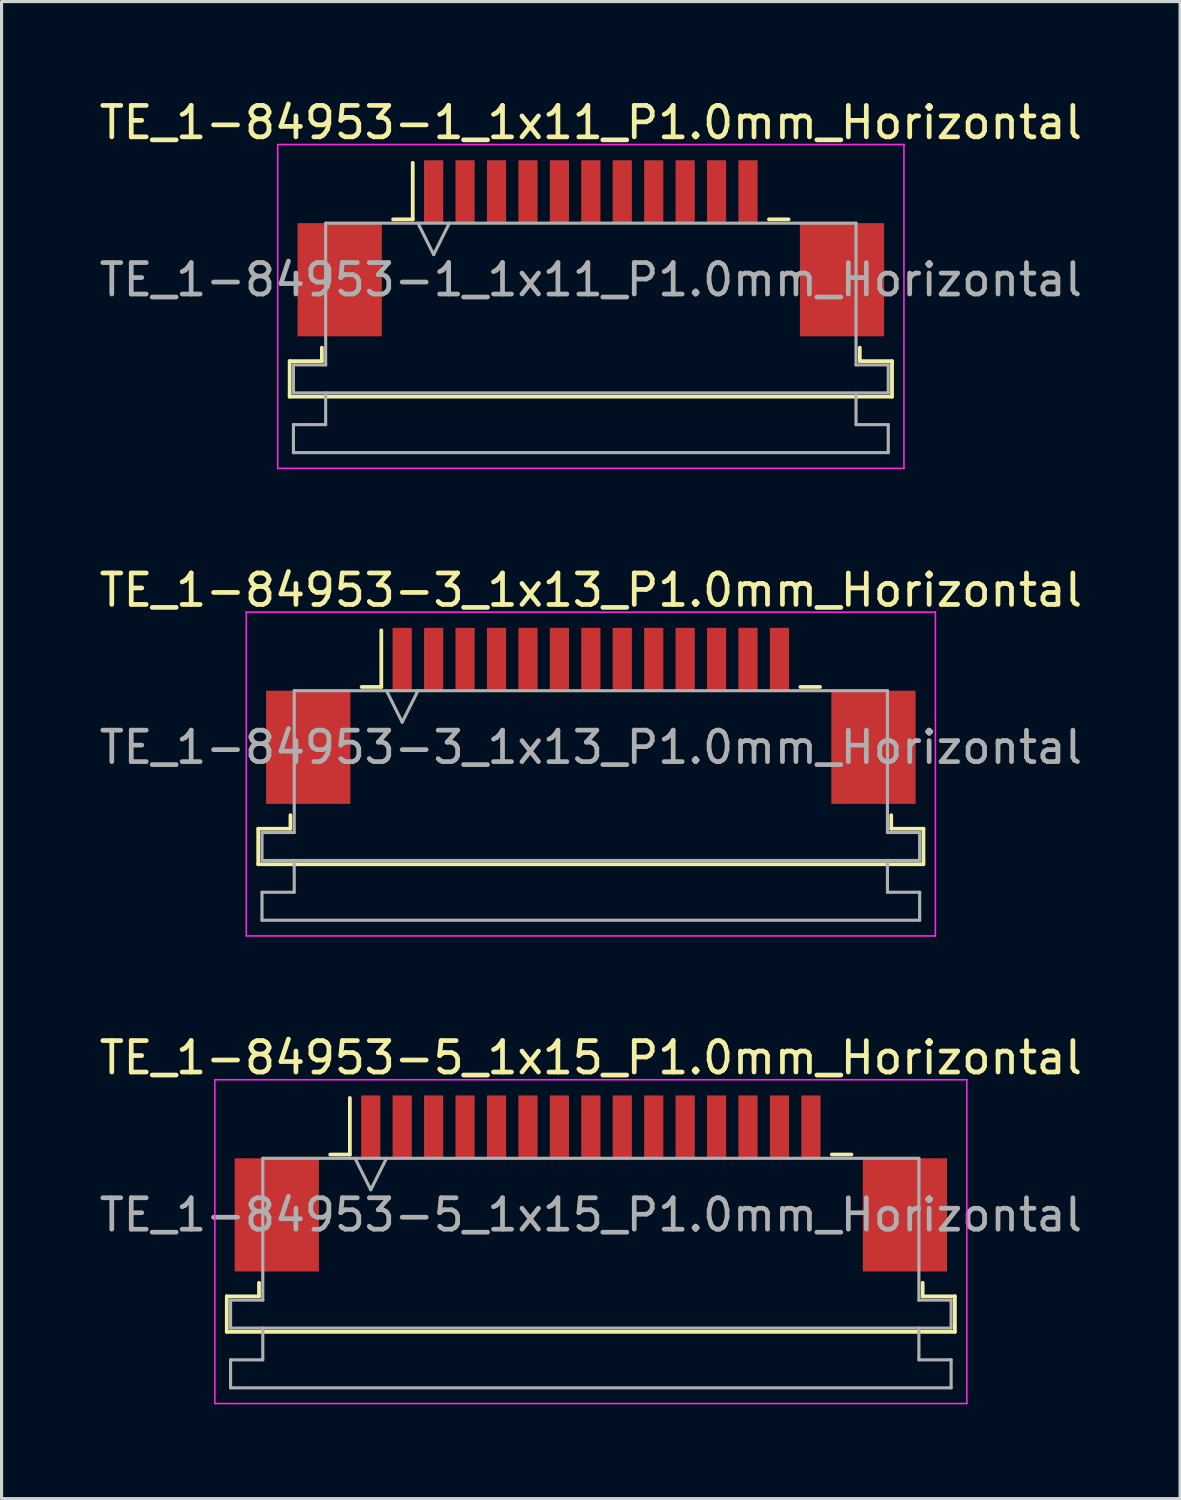
<source format=kicad_pcb>
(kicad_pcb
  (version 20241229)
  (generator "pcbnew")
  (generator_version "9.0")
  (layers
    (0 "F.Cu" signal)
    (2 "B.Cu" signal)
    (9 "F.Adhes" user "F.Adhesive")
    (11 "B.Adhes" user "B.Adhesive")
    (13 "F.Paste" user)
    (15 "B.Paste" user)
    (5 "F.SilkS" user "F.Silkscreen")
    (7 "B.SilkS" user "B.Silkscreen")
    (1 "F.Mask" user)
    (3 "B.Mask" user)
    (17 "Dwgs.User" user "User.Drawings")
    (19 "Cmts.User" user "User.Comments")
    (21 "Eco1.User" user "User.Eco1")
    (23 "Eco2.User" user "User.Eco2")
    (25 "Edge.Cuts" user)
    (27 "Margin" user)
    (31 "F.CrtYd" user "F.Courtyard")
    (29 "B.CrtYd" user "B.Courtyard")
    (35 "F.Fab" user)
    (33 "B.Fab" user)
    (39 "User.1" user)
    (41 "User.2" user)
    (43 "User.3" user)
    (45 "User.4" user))
  (footprint "TE_1-84953-5_1x15_P1.0mm_Horizontal"
    (layer "F.Cu")
    (at 15.744 34.595)
    (property "Reference" "TE_1-84953-5_1x15_P1.0mm_Horizontal" (at 0 -4 0) (layer "F.SilkS") (effects (font (size 1 1) (thickness 0.15))))
    (attr smd)
    (fp_line (start -11.58 3.59) (end -10.555 3.59) (stroke (width 0.12) (type solid)) (layer "F.SilkS"))
    (fp_line (start -11.58 4.72) (end -11.58 3.59) (stroke (width 0.12) (type solid)) (layer "F.SilkS"))
    (fp_line (start -10.555 3.59) (end -10.555 3.16) (stroke (width 0.12) (type solid)) (layer "F.SilkS"))
    (fp_line (start -8.29 -0.92) (end -7.665 -0.92) (stroke (width 0.12) (type solid)) (layer "F.SilkS"))
    (fp_line (start -7.665 -0.92) (end -7.665 -2.72) (stroke (width 0.12) (type solid)) (layer "F.SilkS"))
    (fp_line (start 7.665 -0.92) (end 8.29 -0.92) (stroke (width 0.12) (type solid)) (layer "F.SilkS"))
    (fp_line (start 10.555 3.16) (end 10.555 3.59) (stroke (width 0.12) (type solid)) (layer "F.SilkS"))
    (fp_line (start 10.555 3.59) (end 11.58 3.59) (stroke (width 0.12) (type solid)) (layer "F.SilkS"))
    (fp_line (start 11.58 3.59) (end 11.58 4.72) (stroke (width 0.12) (type solid)) (layer "F.SilkS"))
    (fp_line (start 11.58 4.72) (end -11.58 4.72) (stroke (width 0.12) (type solid)) (layer "F.SilkS"))
    (fp_line (start -11.96 -3.3) (end -11.96 7) (stroke (width 0.05) (type solid)) (layer "F.CrtYd"))
    (fp_line (start -11.96 7) (end 11.96 7) (stroke (width 0.05) (type solid)) (layer "F.CrtYd"))
    (fp_line (start 11.96 -3.3) (end -11.96 -3.3) (stroke (width 0.05) (type solid)) (layer "F.CrtYd"))
    (fp_line (start 11.96 7) (end 11.96 -3.3) (stroke (width 0.05) (type solid)) (layer "F.CrtYd"))
    (fp_line (start -11.46 3.71) (end -10.435 3.71) (stroke (width 0.1) (type solid)) (layer "F.Fab"))
    (fp_line (start -11.46 4.6) (end -11.46 3.71) (stroke (width 0.1) (type solid)) (layer "F.Fab"))
    (fp_line (start -11.46 5.61) (end -10.435 5.61) (stroke (width 0.1) (type solid)) (layer "F.Fab"))
    (fp_line (start -11.46 6.5) (end -11.46 5.61) (stroke (width 0.1) (type solid)) (layer "F.Fab"))
    (fp_line (start -10.435 -0.8) (end 10.435 -0.8) (stroke (width 0.1) (type solid)) (layer "F.Fab"))
    (fp_line (start -10.435 3.71) (end -10.435 -0.8) (stroke (width 0.1) (type solid)) (layer "F.Fab"))
    (fp_line (start -10.435 5.61) (end -10.435 4.6) (stroke (width 0.1) (type solid)) (layer "F.Fab"))
    (fp_line (start -7.5 -0.8) (end -7 0.2) (stroke (width 0.1) (type solid)) (layer "F.Fab"))
    (fp_line (start -7 0.2) (end -6.5 -0.8) (stroke (width 0.1) (type solid)) (layer "F.Fab"))
    (fp_line (start 10.435 -0.8) (end 10.435 3.71) (stroke (width 0.1) (type solid)) (layer "F.Fab"))
    (fp_line (start 10.435 3.71) (end 11.46 3.71) (stroke (width 0.1) (type solid)) (layer "F.Fab"))
    (fp_line (start 10.435 4.6) (end 10.435 5.61) (stroke (width 0.1) (type solid)) (layer "F.Fab"))
    (fp_line (start 10.435 5.61) (end 11.46 5.61) (stroke (width 0.1) (type solid)) (layer "F.Fab"))
    (fp_line (start 11.46 3.71) (end 11.46 4.6) (stroke (width 0.1) (type solid)) (layer "F.Fab"))
    (fp_line (start 11.46 4.6) (end -11.46 4.6) (stroke (width 0.1) (type solid)) (layer "F.Fab"))
    (fp_line (start 11.46 5.61) (end 11.46 6.5) (stroke (width 0.1) (type solid)) (layer "F.Fab"))
    (fp_line (start 11.46 6.5) (end -11.46 6.5) (stroke (width 0.1) (type solid)) (layer "F.Fab"))
    (fp_text user "${REFERENCE}" (at 0 1 0) (layer "F.Fab") (effects (font (size 1 1) (thickness 0.15))))
    (pad "" smd rect (at -9.99 1) (size 2.68 3.6) (layers "F.Cu" "F.Mask" "F.Paste"))
    (pad "" smd rect (at 9.99 1) (size 2.68 3.6) (layers "F.Cu" "F.Mask" "F.Paste"))
    (pad "1" smd rect (at -7 -1.8) (size 0.61 2) (layers "F.Cu" "F.Mask" "F.Paste"))
    (pad "2" smd rect (at -6 -1.8) (size 0.61 2) (layers "F.Cu" "F.Mask" "F.Paste"))
    (pad "3" smd rect (at -5 -1.8) (size 0.61 2) (layers "F.Cu" "F.Mask" "F.Paste"))
    (pad "4" smd rect (at -4 -1.8) (size 0.61 2) (layers "F.Cu" "F.Mask" "F.Paste"))
    (pad "5" smd rect (at -3 -1.8) (size 0.61 2) (layers "F.Cu" "F.Mask" "F.Paste"))
    (pad "6" smd rect (at -2 -1.8) (size 0.61 2) (layers "F.Cu" "F.Mask" "F.Paste"))
    (pad "7" smd rect (at -1 -1.8) (size 0.61 2) (layers "F.Cu" "F.Mask" "F.Paste"))
    (pad "8" smd rect (at 0 -1.8) (size 0.61 2) (layers "F.Cu" "F.Mask" "F.Paste"))
    (pad "9" smd rect (at 1 -1.8) (size 0.61 2) (layers "F.Cu" "F.Mask" "F.Paste"))
    (pad "10" smd rect (at 2 -1.8) (size 0.61 2) (layers "F.Cu" "F.Mask" "F.Paste"))
    (pad "11" smd rect (at 3 -1.8) (size 0.61 2) (layers "F.Cu" "F.Mask" "F.Paste"))
    (pad "12" smd rect (at 4 -1.8) (size 0.61 2) (layers "F.Cu" "F.Mask" "F.Paste"))
    (pad "13" smd rect (at 5 -1.8) (size 0.61 2) (layers "F.Cu" "F.Mask" "F.Paste"))
    (pad "14" smd rect (at 6 -1.8) (size 0.61 2) (layers "F.Cu" "F.Mask" "F.Paste"))
    (pad "15" smd rect (at 7 -1.8) (size 0.61 2) (layers "F.Cu" "F.Mask" "F.Paste")))
  (footprint "TE_1-84953-1_1x11_P1.0mm_Horizontal"
    (layer "F.Cu")
    (at 15.744 4.848)
    (property "Reference" "TE_1-84953-1_1x11_P1.0mm_Horizontal" (at 0 -4 0) (layer "F.SilkS") (effects (font (size 1 1) (thickness 0.15))))
    (attr smd)
    (fp_line (start -9.58 3.59) (end -8.555 3.59) (stroke (width 0.12) (type solid)) (layer "F.SilkS"))
    (fp_line (start -9.58 4.72) (end -9.58 3.59) (stroke (width 0.12) (type solid)) (layer "F.SilkS"))
    (fp_line (start -8.555 3.59) (end -8.555 3.16) (stroke (width 0.12) (type solid)) (layer "F.SilkS"))
    (fp_line (start -6.29 -0.92) (end -5.665 -0.92) (stroke (width 0.12) (type solid)) (layer "F.SilkS"))
    (fp_line (start -5.665 -0.92) (end -5.665 -2.72) (stroke (width 0.12) (type solid)) (layer "F.SilkS"))
    (fp_line (start 5.665 -0.92) (end 6.29 -0.92) (stroke (width 0.12) (type solid)) (layer "F.SilkS"))
    (fp_line (start 8.555 3.16) (end 8.555 3.59) (stroke (width 0.12) (type solid)) (layer "F.SilkS"))
    (fp_line (start 8.555 3.59) (end 9.58 3.59) (stroke (width 0.12) (type solid)) (layer "F.SilkS"))
    (fp_line (start 9.58 3.59) (end 9.58 4.72) (stroke (width 0.12) (type solid)) (layer "F.SilkS"))
    (fp_line (start 9.58 4.72) (end -9.58 4.72) (stroke (width 0.12) (type solid)) (layer "F.SilkS"))
    (fp_line (start -9.96 -3.3) (end -9.96 7) (stroke (width 0.05) (type solid)) (layer "F.CrtYd"))
    (fp_line (start -9.96 7) (end 9.96 7) (stroke (width 0.05) (type solid)) (layer "F.CrtYd"))
    (fp_line (start 9.96 -3.3) (end -9.96 -3.3) (stroke (width 0.05) (type solid)) (layer "F.CrtYd"))
    (fp_line (start 9.96 7) (end 9.96 -3.3) (stroke (width 0.05) (type solid)) (layer "F.CrtYd"))
    (fp_line (start -9.46 3.71) (end -8.435 3.71) (stroke (width 0.1) (type solid)) (layer "F.Fab"))
    (fp_line (start -9.46 4.6) (end -9.46 3.71) (stroke (width 0.1) (type solid)) (layer "F.Fab"))
    (fp_line (start -9.46 5.61) (end -8.435 5.61) (stroke (width 0.1) (type solid)) (layer "F.Fab"))
    (fp_line (start -9.46 6.5) (end -9.46 5.61) (stroke (width 0.1) (type solid)) (layer "F.Fab"))
    (fp_line (start -8.435 -0.8) (end 8.435 -0.8) (stroke (width 0.1) (type solid)) (layer "F.Fab"))
    (fp_line (start -8.435 3.71) (end -8.435 -0.8) (stroke (width 0.1) (type solid)) (layer "F.Fab"))
    (fp_line (start -8.435 5.61) (end -8.435 4.6) (stroke (width 0.1) (type solid)) (layer "F.Fab"))
    (fp_line (start -5.5 -0.8) (end -5 0.2) (stroke (width 0.1) (type solid)) (layer "F.Fab"))
    (fp_line (start -5 0.2) (end -4.5 -0.8) (stroke (width 0.1) (type solid)) (layer "F.Fab"))
    (fp_line (start 8.435 -0.8) (end 8.435 3.71) (stroke (width 0.1) (type solid)) (layer "F.Fab"))
    (fp_line (start 8.435 3.71) (end 9.46 3.71) (stroke (width 0.1) (type solid)) (layer "F.Fab"))
    (fp_line (start 8.435 4.6) (end 8.435 5.61) (stroke (width 0.1) (type solid)) (layer "F.Fab"))
    (fp_line (start 8.435 5.61) (end 9.46 5.61) (stroke (width 0.1) (type solid)) (layer "F.Fab"))
    (fp_line (start 9.46 3.71) (end 9.46 4.6) (stroke (width 0.1) (type solid)) (layer "F.Fab"))
    (fp_line (start 9.46 4.6) (end -9.46 4.6) (stroke (width 0.1) (type solid)) (layer "F.Fab"))
    (fp_line (start 9.46 5.61) (end 9.46 6.5) (stroke (width 0.1) (type solid)) (layer "F.Fab"))
    (fp_line (start 9.46 6.5) (end -9.46 6.5) (stroke (width 0.1) (type solid)) (layer "F.Fab"))
    (fp_text user "${REFERENCE}" (at 0 1 0) (layer "F.Fab") (effects (font (size 1 1) (thickness 0.15))))
    (pad "" smd rect (at -7.99 1) (size 2.68 3.6) (layers "F.Cu" "F.Mask" "F.Paste"))
    (pad "" smd rect (at 7.99 1) (size 2.68 3.6) (layers "F.Cu" "F.Mask" "F.Paste"))
    (pad "1" smd rect (at -5 -1.8) (size 0.61 2) (layers "F.Cu" "F.Mask" "F.Paste"))
    (pad "2" smd rect (at -4 -1.8) (size 0.61 2) (layers "F.Cu" "F.Mask" "F.Paste"))
    (pad "3" smd rect (at -3 -1.8) (size 0.61 2) (layers "F.Cu" "F.Mask" "F.Paste"))
    (pad "4" smd rect (at -2 -1.8) (size 0.61 2) (layers "F.Cu" "F.Mask" "F.Paste"))
    (pad "5" smd rect (at -1 -1.8) (size 0.61 2) (layers "F.Cu" "F.Mask" "F.Paste"))
    (pad "6" smd rect (at 0 -1.8) (size 0.61 2) (layers "F.Cu" "F.Mask" "F.Paste"))
    (pad "7" smd rect (at 1 -1.8) (size 0.61 2) (layers "F.Cu" "F.Mask" "F.Paste"))
    (pad "8" smd rect (at 2 -1.8) (size 0.61 2) (layers "F.Cu" "F.Mask" "F.Paste"))
    (pad "9" smd rect (at 3 -1.8) (size 0.61 2) (layers "F.Cu" "F.Mask" "F.Paste"))
    (pad "10" smd rect (at 4 -1.8) (size 0.61 2) (layers "F.Cu" "F.Mask" "F.Paste"))
    (pad "11" smd rect (at 5 -1.8) (size 0.61 2) (layers "F.Cu" "F.Mask" "F.Paste")))
  (footprint "TE_1-84953-3_1x13_P1.0mm_Horizontal"
    (layer "F.Cu")
    (at 15.744 19.721)
    (property "Reference" "TE_1-84953-3_1x13_P1.0mm_Horizontal" (at 0 -4 0) (layer "F.SilkS") (effects (font (size 1 1) (thickness 0.15))))
    (attr smd)
    (fp_line (start -10.58 3.59) (end -9.555 3.59) (stroke (width 0.12) (type solid)) (layer "F.SilkS"))
    (fp_line (start -10.58 4.72) (end -10.58 3.59) (stroke (width 0.12) (type solid)) (layer "F.SilkS"))
    (fp_line (start -9.555 3.59) (end -9.555 3.16) (stroke (width 0.12) (type solid)) (layer "F.SilkS"))
    (fp_line (start -7.29 -0.92) (end -6.665 -0.92) (stroke (width 0.12) (type solid)) (layer "F.SilkS"))
    (fp_line (start -6.665 -0.92) (end -6.665 -2.72) (stroke (width 0.12) (type solid)) (layer "F.SilkS"))
    (fp_line (start 6.665 -0.92) (end 7.29 -0.92) (stroke (width 0.12) (type solid)) (layer "F.SilkS"))
    (fp_line (start 9.555 3.16) (end 9.555 3.59) (stroke (width 0.12) (type solid)) (layer "F.SilkS"))
    (fp_line (start 9.555 3.59) (end 10.58 3.59) (stroke (width 0.12) (type solid)) (layer "F.SilkS"))
    (fp_line (start 10.58 3.59) (end 10.58 4.72) (stroke (width 0.12) (type solid)) (layer "F.SilkS"))
    (fp_line (start 10.58 4.72) (end -10.58 4.72) (stroke (width 0.12) (type solid)) (layer "F.SilkS"))
    (fp_line (start -10.96 -3.3) (end -10.96 7) (stroke (width 0.05) (type solid)) (layer "F.CrtYd"))
    (fp_line (start -10.96 7) (end 10.96 7) (stroke (width 0.05) (type solid)) (layer "F.CrtYd"))
    (fp_line (start 10.96 -3.3) (end -10.96 -3.3) (stroke (width 0.05) (type solid)) (layer "F.CrtYd"))
    (fp_line (start 10.96 7) (end 10.96 -3.3) (stroke (width 0.05) (type solid)) (layer "F.CrtYd"))
    (fp_line (start -10.46 3.71) (end -9.435 3.71) (stroke (width 0.1) (type solid)) (layer "F.Fab"))
    (fp_line (start -10.46 4.6) (end -10.46 3.71) (stroke (width 0.1) (type solid)) (layer "F.Fab"))
    (fp_line (start -10.46 5.61) (end -9.435 5.61) (stroke (width 0.1) (type solid)) (layer "F.Fab"))
    (fp_line (start -10.46 6.5) (end -10.46 5.61) (stroke (width 0.1) (type solid)) (layer "F.Fab"))
    (fp_line (start -9.435 -0.8) (end 9.435 -0.8) (stroke (width 0.1) (type solid)) (layer "F.Fab"))
    (fp_line (start -9.435 3.71) (end -9.435 -0.8) (stroke (width 0.1) (type solid)) (layer "F.Fab"))
    (fp_line (start -9.435 5.61) (end -9.435 4.6) (stroke (width 0.1) (type solid)) (layer "F.Fab"))
    (fp_line (start -6.5 -0.8) (end -6 0.2) (stroke (width 0.1) (type solid)) (layer "F.Fab"))
    (fp_line (start -6 0.2) (end -5.5 -0.8) (stroke (width 0.1) (type solid)) (layer "F.Fab"))
    (fp_line (start 9.435 -0.8) (end 9.435 3.71) (stroke (width 0.1) (type solid)) (layer "F.Fab"))
    (fp_line (start 9.435 3.71) (end 10.46 3.71) (stroke (width 0.1) (type solid)) (layer "F.Fab"))
    (fp_line (start 9.435 4.6) (end 9.435 5.61) (stroke (width 0.1) (type solid)) (layer "F.Fab"))
    (fp_line (start 9.435 5.61) (end 10.46 5.61) (stroke (width 0.1) (type solid)) (layer "F.Fab"))
    (fp_line (start 10.46 3.71) (end 10.46 4.6) (stroke (width 0.1) (type solid)) (layer "F.Fab"))
    (fp_line (start 10.46 4.6) (end -10.46 4.6) (stroke (width 0.1) (type solid)) (layer "F.Fab"))
    (fp_line (start 10.46 5.61) (end 10.46 6.5) (stroke (width 0.1) (type solid)) (layer "F.Fab"))
    (fp_line (start 10.46 6.5) (end -10.46 6.5) (stroke (width 0.1) (type solid)) (layer "F.Fab"))
    (fp_text user "${REFERENCE}" (at 0 1 0) (layer "F.Fab") (effects (font (size 1 1) (thickness 0.15))))
    (pad "" smd rect (at -8.99 1) (size 2.68 3.6) (layers "F.Cu" "F.Mask" "F.Paste"))
    (pad "" smd rect (at 8.99 1) (size 2.68 3.6) (layers "F.Cu" "F.Mask" "F.Paste"))
    (pad "1" smd rect (at -6 -1.8) (size 0.61 2) (layers "F.Cu" "F.Mask" "F.Paste"))
    (pad "2" smd rect (at -5 -1.8) (size 0.61 2) (layers "F.Cu" "F.Mask" "F.Paste"))
    (pad "3" smd rect (at -4 -1.8) (size 0.61 2) (layers "F.Cu" "F.Mask" "F.Paste"))
    (pad "4" smd rect (at -3 -1.8) (size 0.61 2) (layers "F.Cu" "F.Mask" "F.Paste"))
    (pad "5" smd rect (at -2 -1.8) (size 0.61 2) (layers "F.Cu" "F.Mask" "F.Paste"))
    (pad "6" smd rect (at -1 -1.8) (size 0.61 2) (layers "F.Cu" "F.Mask" "F.Paste"))
    (pad "7" smd rect (at 0 -1.8) (size 0.61 2) (layers "F.Cu" "F.Mask" "F.Paste"))
    (pad "8" smd rect (at 1 -1.8) (size 0.61 2) (layers "F.Cu" "F.Mask" "F.Paste"))
    (pad "9" smd rect (at 2 -1.8) (size 0.61 2) (layers "F.Cu" "F.Mask" "F.Paste"))
    (pad "10" smd rect (at 3 -1.8) (size 0.61 2) (layers "F.Cu" "F.Mask" "F.Paste"))
    (pad "11" smd rect (at 4 -1.8) (size 0.61 2) (layers "F.Cu" "F.Mask" "F.Paste"))
    (pad "12" smd rect (at 5 -1.8) (size 0.61 2) (layers "F.Cu" "F.Mask" "F.Paste"))
    (pad "13" smd rect (at 6 -1.8) (size 0.61 2) (layers "F.Cu" "F.Mask" "F.Paste")))
  (gr_rect
    (start -3 -3)
    (end 34.488 44.62)
    (stroke (width 0.1) (type default))
    (fill no)
    (layer "Edge.Cuts")))
</source>
